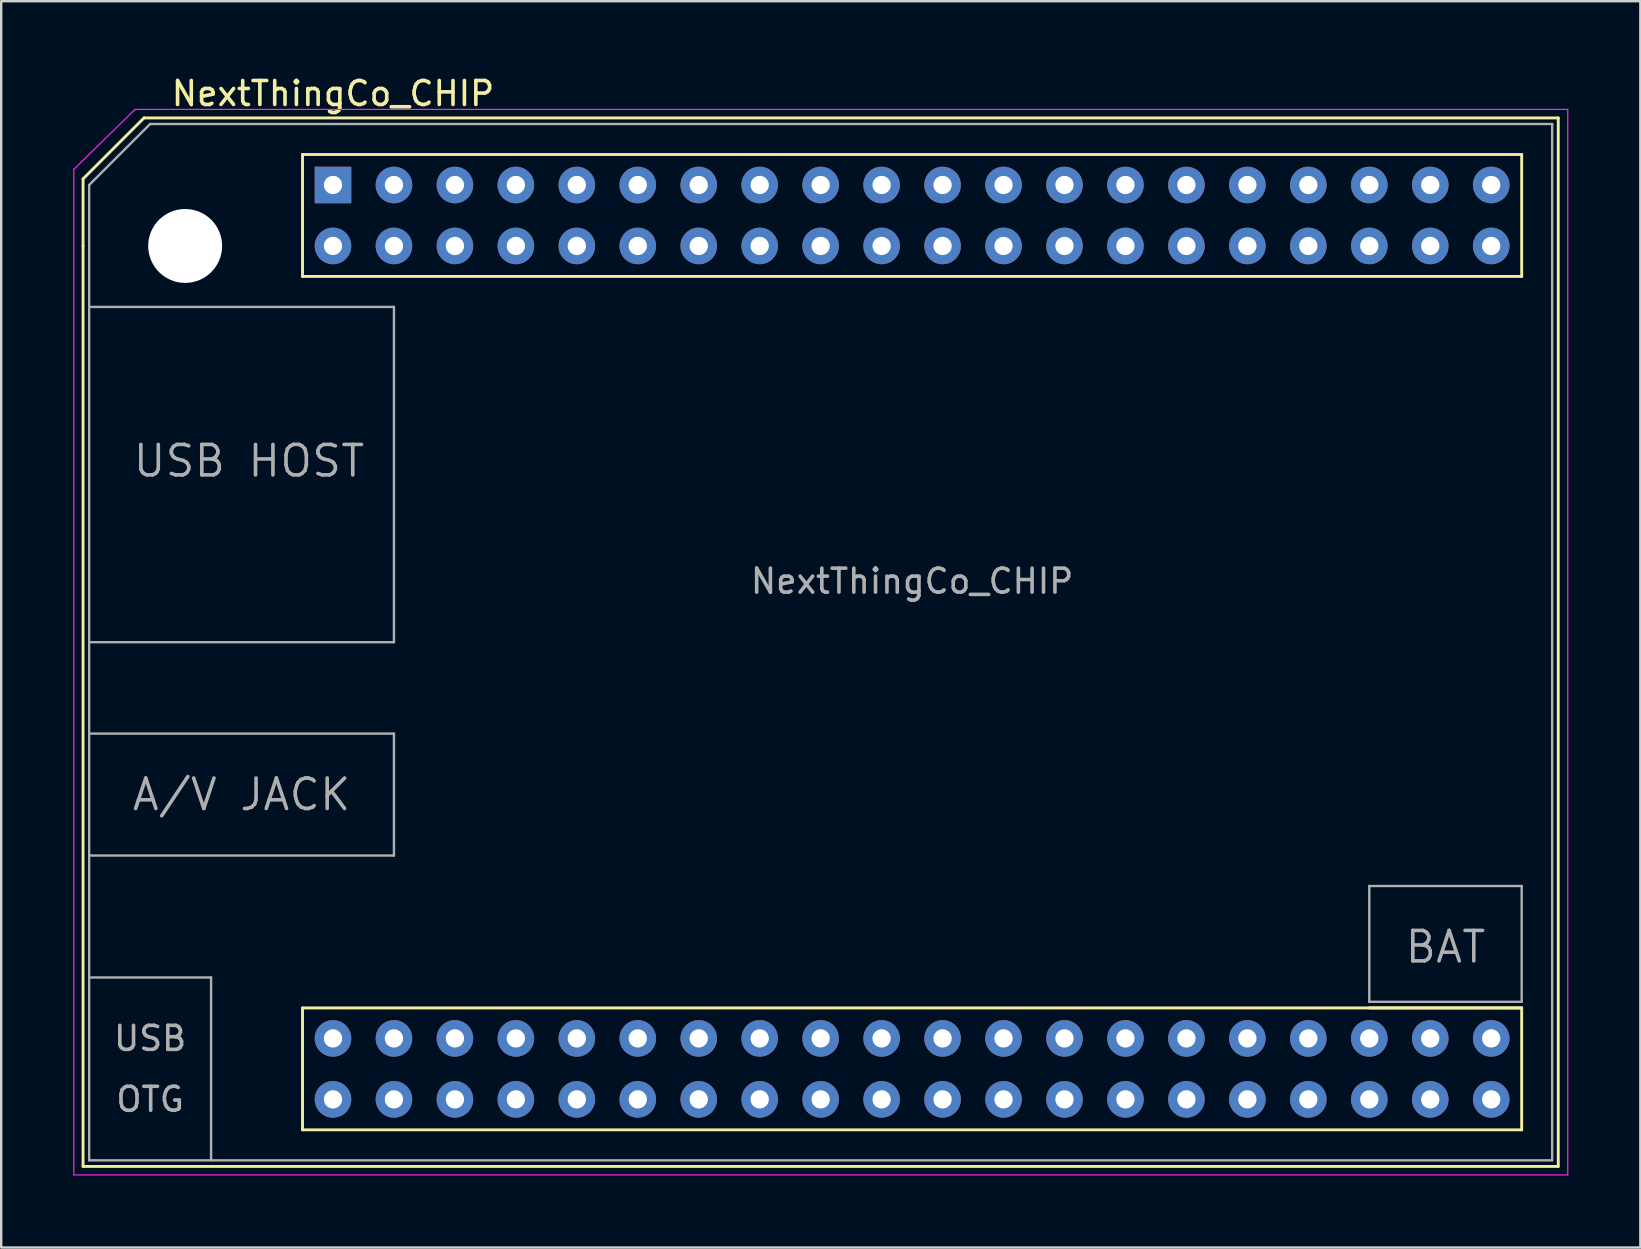
<source format=kicad_pcb>
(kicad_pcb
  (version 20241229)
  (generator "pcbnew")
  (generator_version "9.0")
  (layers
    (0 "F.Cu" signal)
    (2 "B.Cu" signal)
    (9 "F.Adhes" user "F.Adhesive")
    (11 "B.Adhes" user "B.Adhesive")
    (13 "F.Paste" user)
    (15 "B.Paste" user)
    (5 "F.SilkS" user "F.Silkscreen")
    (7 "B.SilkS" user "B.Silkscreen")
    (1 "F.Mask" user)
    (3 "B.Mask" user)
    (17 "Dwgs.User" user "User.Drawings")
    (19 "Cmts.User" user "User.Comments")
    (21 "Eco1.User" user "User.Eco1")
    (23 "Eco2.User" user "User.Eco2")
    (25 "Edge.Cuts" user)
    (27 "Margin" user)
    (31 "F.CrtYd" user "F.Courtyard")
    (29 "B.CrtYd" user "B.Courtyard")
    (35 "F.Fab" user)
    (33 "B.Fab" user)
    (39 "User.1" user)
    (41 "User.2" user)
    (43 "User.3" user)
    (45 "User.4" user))
  (footprint "NextThingCo_CHIP"
    (layer "F.Cu")
    (at 10.825 4.658)
    (property "Reference" "NextThingCo_CHIP" (at 0 -3.81 0) (layer "F.SilkS") (effects (font (size 1 1) (thickness 0.15))))
    (attr through_hole)
    (fp_line (start -10.414 -0.254) (end -7.874 -2.794) (stroke (width 0.12) (type solid)) (layer "F.SilkS"))
    (fp_line (start -10.414 2.54) (end -10.414 -0.254) (stroke (width 0.12) (type solid)) (layer "F.SilkS"))
    (fp_line (start -10.414 40.894) (end -10.414 2.54) (stroke (width 0.12) (type solid)) (layer "F.SilkS"))
    (fp_line (start -7.874 -2.794) (end 51.054 -2.794) (stroke (width 0.12) (type solid)) (layer "F.SilkS"))
    (fp_line (start -1.27 -1.27) (end -1.27 3.81) (stroke (width 0.12) (type solid)) (layer "F.SilkS"))
    (fp_line (start -1.27 3.81) (end 49.53 3.81) (stroke (width 0.12) (type solid)) (layer "F.SilkS"))
    (fp_line (start -1.27 34.29) (end -1.27 39.37) (stroke (width 0.12) (type solid)) (layer "F.SilkS"))
    (fp_line (start -1.27 39.37) (end 49.53 39.37) (stroke (width 0.12) (type solid)) (layer "F.SilkS"))
    (fp_line (start 49.53 -1.27) (end -1.27 -1.27) (stroke (width 0.12) (type solid)) (layer "F.SilkS"))
    (fp_line (start 49.53 3.81) (end 49.53 -1.27) (stroke (width 0.12) (type solid)) (layer "F.SilkS"))
    (fp_line (start 49.53 34.29) (end -1.27 34.29) (stroke (width 0.12) (type solid)) (layer "F.SilkS"))
    (fp_line (start 49.53 34.29) (end 43.18 34.29) (stroke (width 0.12) (type solid)) (layer "F.SilkS"))
    (fp_line (start 49.53 39.37) (end 49.53 34.29) (stroke (width 0.12) (type solid)) (layer "F.SilkS"))
    (fp_line (start 51.054 -2.794) (end 51.054 40.894) (stroke (width 0.12) (type solid)) (layer "F.SilkS"))
    (fp_line (start 51.054 40.894) (end -10.414 40.894) (stroke (width 0.12) (type solid)) (layer "F.SilkS"))
    (fp_line (start -10.8 -0.65) (end -10.8 41.25) (stroke (width 0.05) (type solid)) (layer "F.CrtYd"))
    (fp_line (start -10.8 41.25) (end 51.45 41.25) (stroke (width 0.05) (type solid)) (layer "F.CrtYd"))
    (fp_line (start -8.25 -3.15) (end -10.8 -0.65) (stroke (width 0.05) (type solid)) (layer "F.CrtYd"))
    (fp_line (start 51.45 -3.15) (end -8.25 -3.15) (stroke (width 0.05) (type solid)) (layer "F.CrtYd"))
    (fp_line (start 51.45 41.25) (end 51.45 -3.15) (stroke (width 0.05) (type solid)) (layer "F.CrtYd"))
    (fp_line (start -10.16 0) (end -7.62 -2.54) (stroke (width 0.1) (type solid)) (layer "F.Fab"))
    (fp_line (start -10.16 5.08) (end 2.54 5.08) (stroke (width 0.1) (type solid)) (layer "F.Fab"))
    (fp_line (start -10.16 22.86) (end 2.54 22.86) (stroke (width 0.1) (type solid)) (layer "F.Fab"))
    (fp_line (start -10.16 40.64) (end -10.16 0) (stroke (width 0.1) (type solid)) (layer "F.Fab"))
    (fp_line (start -7.62 -2.54) (end 50.8 -2.54) (stroke (width 0.1) (type solid)) (layer "F.Fab"))
    (fp_line (start -5.08 33.02) (end -10.16 33.02) (stroke (width 0.1) (type solid)) (layer "F.Fab"))
    (fp_line (start -5.08 40.64) (end -5.08 33.02) (stroke (width 0.1) (type solid)) (layer "F.Fab"))
    (fp_line (start 2.54 5.08) (end 2.54 19.05) (stroke (width 0.1) (type solid)) (layer "F.Fab"))
    (fp_line (start 2.54 19.05) (end -10.16 19.05) (stroke (width 0.1) (type solid)) (layer "F.Fab"))
    (fp_line (start 2.54 22.86) (end 2.54 27.94) (stroke (width 0.1) (type solid)) (layer "F.Fab"))
    (fp_line (start 2.54 27.94) (end -10.16 27.94) (stroke (width 0.1) (type solid)) (layer "F.Fab"))
    (fp_line (start 43.18 29.21) (end 49.53 29.21) (stroke (width 0.1) (type solid)) (layer "F.Fab"))
    (fp_line (start 43.18 34.036) (end 43.18 29.21) (stroke (width 0.1) (type solid)) (layer "F.Fab"))
    (fp_line (start 49.53 29.21) (end 49.53 34.036) (stroke (width 0.1) (type solid)) (layer "F.Fab"))
    (fp_line (start 49.53 34.036) (end 43.18 34.036) (stroke (width 0.1) (type solid)) (layer "F.Fab"))
    (fp_line (start 50.8 -2.54) (end 50.8 40.64) (stroke (width 0.1) (type solid)) (layer "F.Fab"))
    (fp_line (start 50.8 40.64) (end -10.16 40.64) (stroke (width 0.1) (type solid)) (layer "F.Fab"))
    (fp_text user "USB" (at -7.62 35.56 0) (layer "F.Fab") (effects (font (size 1 1) (thickness 0.15))))
    (fp_text user "USB HOST" (at -3.5 11.5 0) (layer "F.Fab") (effects (font (size 1.27 1.27) (thickness 0.15))))
    (fp_text user "${REFERENCE}" (at 24.13 16.51 0) (layer "F.Fab") (effects (font (size 1 1) (thickness 0.15))))
    (fp_text user "BAT" (at 46.355 31.75 0) (layer "F.Fab") (effects (font (size 1.27 1.27) (thickness 0.15))))
    (fp_text user "OTG" (at -7.62 38.1 0) (layer "F.Fab") (effects (font (size 1 1) (thickness 0.15))))
    (fp_text user "A/V JACK" (at -3.81 25.4 0) (layer "F.Fab") (effects (font (size 1.27 1.27) (thickness 0.15))))
    (pad "" np_thru_hole circle (at -6.16 2.54) (size 3.08 3.08) (drill 3.08) (layers "*.Cu" "*.Mask"))
    (pad "1" thru_hole rect (at 0 0) (size 1.524 1.524) (drill 0.762) (layers "*.Cu" "*.Mask"))
    (pad "2" thru_hole circle (at 0 2.54) (size 1.524 1.524) (drill 0.762) (layers "*.Cu" "*.Mask"))
    (pad "3" thru_hole circle (at 2.54 0) (size 1.524 1.524) (drill 0.762) (layers "*.Cu" "*.Mask"))
    (pad "4" thru_hole circle (at 2.54 2.54) (size 1.524 1.524) (drill 0.762) (layers "*.Cu" "*.Mask"))
    (pad "5" thru_hole circle (at 5.08 0) (size 1.524 1.524) (drill 0.762) (layers "*.Cu" "*.Mask"))
    (pad "6" thru_hole circle (at 5.08 2.54) (size 1.524 1.524) (drill 0.762) (layers "*.Cu" "*.Mask"))
    (pad "7" thru_hole circle (at 7.62 0) (size 1.524 1.524) (drill 0.762) (layers "*.Cu" "*.Mask"))
    (pad "8" thru_hole circle (at 7.62 2.54) (size 1.524 1.524) (drill 0.762) (layers "*.Cu" "*.Mask"))
    (pad "9" thru_hole circle (at 10.16 0) (size 1.524 1.524) (drill 0.762) (layers "*.Cu" "*.Mask"))
    (pad "10" thru_hole circle (at 10.16 2.54) (size 1.524 1.524) (drill 0.762) (layers "*.Cu" "*.Mask"))
    (pad "11" thru_hole circle (at 12.7 0) (size 1.524 1.524) (drill 0.762) (layers "*.Cu" "*.Mask"))
    (pad "12" thru_hole circle (at 12.7 2.54) (size 1.524 1.524) (drill 0.762) (layers "*.Cu" "*.Mask"))
    (pad "13" thru_hole circle (at 15.24 0) (size 1.524 1.524) (drill 0.762) (layers "*.Cu" "*.Mask"))
    (pad "14" thru_hole circle (at 15.24 2.54) (size 1.524 1.524) (drill 0.762) (layers "*.Cu" "*.Mask"))
    (pad "15" thru_hole circle (at 17.78 0) (size 1.524 1.524) (drill 0.762) (layers "*.Cu" "*.Mask"))
    (pad "16" thru_hole circle (at 17.78 2.54) (size 1.524 1.524) (drill 0.762) (layers "*.Cu" "*.Mask"))
    (pad "17" thru_hole circle (at 20.32 0) (size 1.524 1.524) (drill 0.762) (layers "*.Cu" "*.Mask"))
    (pad "18" thru_hole circle (at 20.32 2.54) (size 1.524 1.524) (drill 0.762) (layers "*.Cu" "*.Mask"))
    (pad "19" thru_hole circle (at 22.86 0) (size 1.524 1.524) (drill 0.762) (layers "*.Cu" "*.Mask"))
    (pad "20" thru_hole circle (at 22.86 2.54) (size 1.524 1.524) (drill 0.762) (layers "*.Cu" "*.Mask"))
    (pad "21" thru_hole circle (at 25.4 0) (size 1.524 1.524) (drill 0.762) (layers "*.Cu" "*.Mask"))
    (pad "22" thru_hole circle (at 25.4 2.54) (size 1.524 1.524) (drill 0.762) (layers "*.Cu" "*.Mask"))
    (pad "23" thru_hole circle (at 27.94 0) (size 1.524 1.524) (drill 0.762) (layers "*.Cu" "*.Mask"))
    (pad "24" thru_hole circle (at 27.94 2.54) (size 1.524 1.524) (drill 0.762) (layers "*.Cu" "*.Mask"))
    (pad "25" thru_hole circle (at 30.48 0) (size 1.524 1.524) (drill 0.762) (layers "*.Cu" "*.Mask"))
    (pad "26" thru_hole circle (at 30.48 2.54) (size 1.524 1.524) (drill 0.762) (layers "*.Cu" "*.Mask"))
    (pad "27" thru_hole circle (at 33.02 0) (size 1.524 1.524) (drill 0.762) (layers "*.Cu" "*.Mask"))
    (pad "28" thru_hole circle (at 33.02 2.54) (size 1.524 1.524) (drill 0.762) (layers "*.Cu" "*.Mask"))
    (pad "29" thru_hole circle (at 35.56 0) (size 1.524 1.524) (drill 0.762) (layers "*.Cu" "*.Mask"))
    (pad "30" thru_hole circle (at 35.56 2.54) (size 1.524 1.524) (drill 0.762) (layers "*.Cu" "*.Mask"))
    (pad "31" thru_hole circle (at 38.1 0) (size 1.524 1.524) (drill 0.762) (layers "*.Cu" "*.Mask"))
    (pad "32" thru_hole circle (at 38.1 2.54) (size 1.524 1.524) (drill 0.762) (layers "*.Cu" "*.Mask"))
    (pad "33" thru_hole circle (at 40.64 0) (size 1.524 1.524) (drill 0.762) (layers "*.Cu" "*.Mask"))
    (pad "34" thru_hole circle (at 40.64 2.54) (size 1.524 1.524) (drill 0.762) (layers "*.Cu" "*.Mask"))
    (pad "35" thru_hole circle (at 43.18 0) (size 1.524 1.524) (drill 0.762) (layers "*.Cu" "*.Mask"))
    (pad "36" thru_hole circle (at 43.18 2.54) (size 1.524 1.524) (drill 0.762) (layers "*.Cu" "*.Mask"))
    (pad "37" thru_hole circle (at 45.72 0) (size 1.524 1.524) (drill 0.762) (layers "*.Cu" "*.Mask"))
    (pad "38" thru_hole circle (at 45.72 2.54) (size 1.524 1.524) (drill 0.762) (layers "*.Cu" "*.Mask"))
    (pad "39" thru_hole circle (at 48.26 0) (size 1.524 1.524) (drill 0.762) (layers "*.Cu" "*.Mask"))
    (pad "40" thru_hole circle (at 48.26 2.54) (size 1.524 1.524) (drill 0.762) (layers "*.Cu" "*.Mask"))
    (pad "41" thru_hole circle (at 0 35.56) (size 1.524 1.524) (drill 0.762) (layers "*.Cu" "*.Mask"))
    (pad "42" thru_hole circle (at 0 38.1) (size 1.524 1.524) (drill 0.762) (layers "*.Cu" "*.Mask"))
    (pad "43" thru_hole circle (at 2.54 35.56) (size 1.524 1.524) (drill 0.762) (layers "*.Cu" "*.Mask"))
    (pad "44" thru_hole circle (at 2.54 38.1) (size 1.524 1.524) (drill 0.762) (layers "*.Cu" "*.Mask"))
    (pad "45" thru_hole circle (at 5.08 35.56) (size 1.524 1.524) (drill 0.762) (layers "*.Cu" "*.Mask"))
    (pad "46" thru_hole circle (at 5.08 38.1) (size 1.524 1.524) (drill 0.762) (layers "*.Cu" "*.Mask"))
    (pad "47" thru_hole circle (at 7.62 35.56) (size 1.524 1.524) (drill 0.762) (layers "*.Cu" "*.Mask"))
    (pad "48" thru_hole circle (at 7.62 38.1) (size 1.524 1.524) (drill 0.762) (layers "*.Cu" "*.Mask"))
    (pad "49" thru_hole circle (at 10.16 35.56) (size 1.524 1.524) (drill 0.762) (layers "*.Cu" "*.Mask"))
    (pad "50" thru_hole circle (at 10.16 38.1) (size 1.524 1.524) (drill 0.762) (layers "*.Cu" "*.Mask"))
    (pad "51" thru_hole circle (at 12.7 35.56) (size 1.524 1.524) (drill 0.762) (layers "*.Cu" "*.Mask"))
    (pad "52" thru_hole circle (at 12.7 38.1) (size 1.524 1.524) (drill 0.762) (layers "*.Cu" "*.Mask"))
    (pad "53" thru_hole circle (at 15.24 35.56) (size 1.524 1.524) (drill 0.762) (layers "*.Cu" "*.Mask"))
    (pad "54" thru_hole circle (at 15.24 38.1) (size 1.524 1.524) (drill 0.762) (layers "*.Cu" "*.Mask"))
    (pad "55" thru_hole circle (at 17.78 35.56) (size 1.524 1.524) (drill 0.762) (layers "*.Cu" "*.Mask"))
    (pad "56" thru_hole circle (at 17.78 38.1) (size 1.524 1.524) (drill 0.762) (layers "*.Cu" "*.Mask"))
    (pad "57" thru_hole circle (at 20.32 35.56) (size 1.524 1.524) (drill 0.762) (layers "*.Cu" "*.Mask"))
    (pad "58" thru_hole circle (at 20.32 38.1) (size 1.524 1.524) (drill 0.762) (layers "*.Cu" "*.Mask"))
    (pad "59" thru_hole circle (at 22.86 35.56) (size 1.524 1.524) (drill 0.762) (layers "*.Cu" "*.Mask"))
    (pad "60" thru_hole circle (at 22.86 38.1) (size 1.524 1.524) (drill 0.762) (layers "*.Cu" "*.Mask"))
    (pad "61" thru_hole circle (at 25.4 35.56) (size 1.524 1.524) (drill 0.762) (layers "*.Cu" "*.Mask"))
    (pad "62" thru_hole circle (at 25.4 38.1) (size 1.524 1.524) (drill 0.762) (layers "*.Cu" "*.Mask"))
    (pad "63" thru_hole circle (at 27.94 35.56) (size 1.524 1.524) (drill 0.762) (layers "*.Cu" "*.Mask"))
    (pad "64" thru_hole circle (at 27.94 38.1) (size 1.524 1.524) (drill 0.762) (layers "*.Cu" "*.Mask"))
    (pad "65" thru_hole circle (at 30.48 35.56) (size 1.524 1.524) (drill 0.762) (layers "*.Cu" "*.Mask"))
    (pad "66" thru_hole circle (at 30.48 38.1) (size 1.524 1.524) (drill 0.762) (layers "*.Cu" "*.Mask"))
    (pad "67" thru_hole circle (at 33.02 35.56) (size 1.524 1.524) (drill 0.762) (layers "*.Cu" "*.Mask"))
    (pad "68" thru_hole circle (at 33.02 38.1) (size 1.524 1.524) (drill 0.762) (layers "*.Cu" "*.Mask"))
    (pad "69" thru_hole circle (at 35.56 35.56) (size 1.524 1.524) (drill 0.762) (layers "*.Cu" "*.Mask"))
    (pad "70" thru_hole circle (at 35.56 38.1) (size 1.524 1.524) (drill 0.762) (layers "*.Cu" "*.Mask"))
    (pad "71" thru_hole circle (at 38.1 35.56) (size 1.524 1.524) (drill 0.762) (layers "*.Cu" "*.Mask"))
    (pad "72" thru_hole circle (at 38.1 38.1) (size 1.524 1.524) (drill 0.762) (layers "*.Cu" "*.Mask"))
    (pad "73" thru_hole circle (at 40.64 35.56) (size 1.524 1.524) (drill 0.762) (layers "*.Cu" "*.Mask"))
    (pad "74" thru_hole circle (at 40.64 38.1) (size 1.524 1.524) (drill 0.762) (layers "*.Cu" "*.Mask"))
    (pad "75" thru_hole circle (at 43.18 35.56) (size 1.524 1.524) (drill 0.762) (layers "*.Cu" "*.Mask"))
    (pad "76" thru_hole circle (at 43.18 38.1) (size 1.524 1.524) (drill 0.762) (layers "*.Cu" "*.Mask"))
    (pad "77" thru_hole circle (at 45.72 35.56) (size 1.524 1.524) (drill 0.762) (layers "*.Cu" "*.Mask"))
    (pad "78" thru_hole circle (at 45.72 38.1) (size 1.524 1.524) (drill 0.762) (layers "*.Cu" "*.Mask"))
    (pad "79" thru_hole circle (at 48.26 35.56) (size 1.524 1.524) (drill 0.762) (layers "*.Cu" "*.Mask"))
    (pad "80" thru_hole circle (at 48.26 38.1) (size 1.524 1.524) (drill 0.762) (layers "*.Cu" "*.Mask")))
  (gr_rect
    (start -3 -3)
    (end 65.3 48.933)
    (stroke (width 0.1) (type default))
    (fill no)
    (layer "Edge.Cuts")))
</source>
